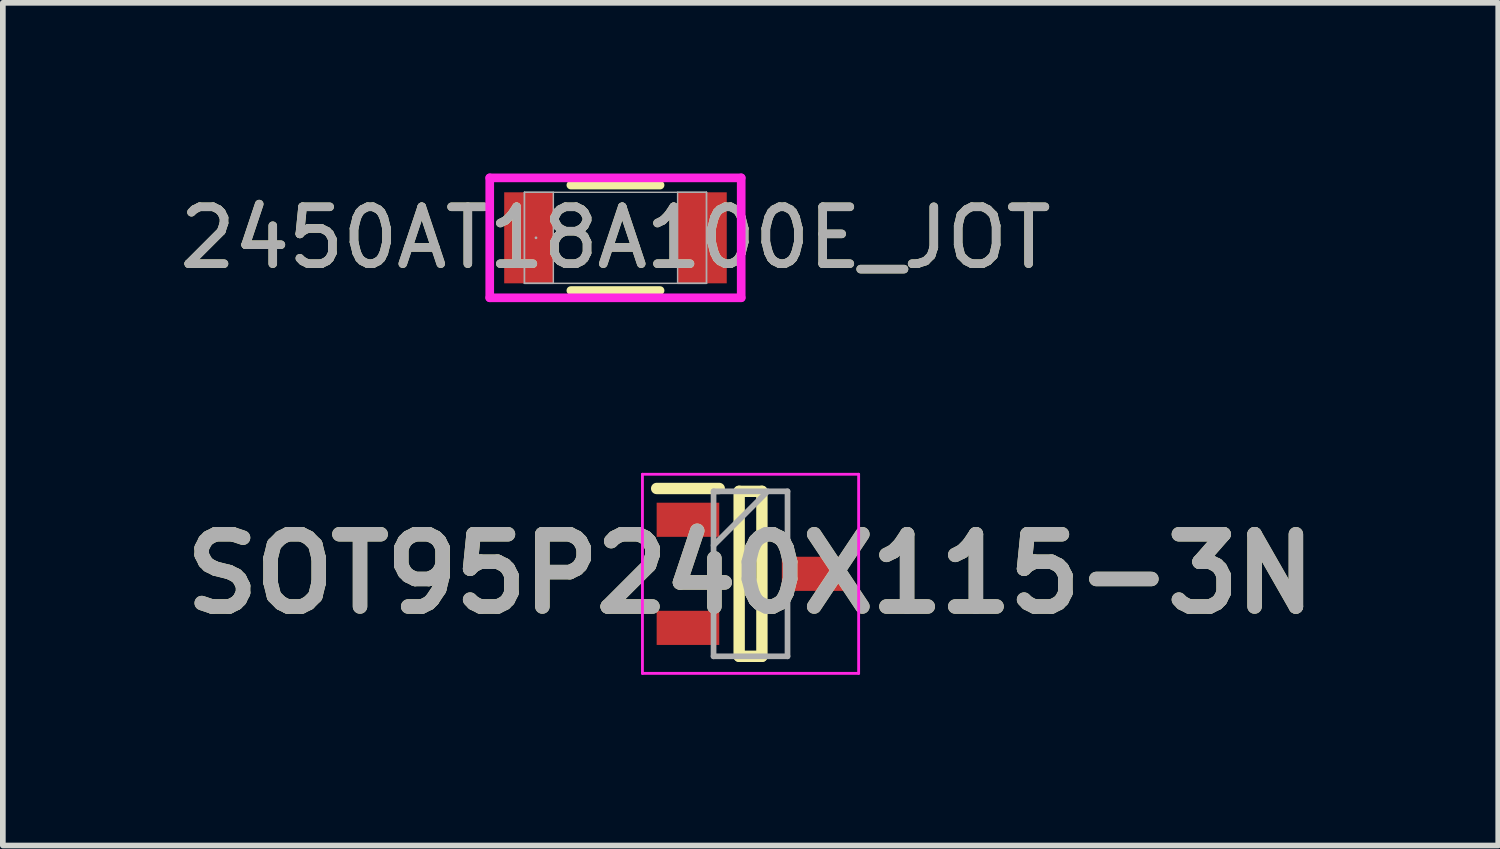
<source format=kicad_pcb>
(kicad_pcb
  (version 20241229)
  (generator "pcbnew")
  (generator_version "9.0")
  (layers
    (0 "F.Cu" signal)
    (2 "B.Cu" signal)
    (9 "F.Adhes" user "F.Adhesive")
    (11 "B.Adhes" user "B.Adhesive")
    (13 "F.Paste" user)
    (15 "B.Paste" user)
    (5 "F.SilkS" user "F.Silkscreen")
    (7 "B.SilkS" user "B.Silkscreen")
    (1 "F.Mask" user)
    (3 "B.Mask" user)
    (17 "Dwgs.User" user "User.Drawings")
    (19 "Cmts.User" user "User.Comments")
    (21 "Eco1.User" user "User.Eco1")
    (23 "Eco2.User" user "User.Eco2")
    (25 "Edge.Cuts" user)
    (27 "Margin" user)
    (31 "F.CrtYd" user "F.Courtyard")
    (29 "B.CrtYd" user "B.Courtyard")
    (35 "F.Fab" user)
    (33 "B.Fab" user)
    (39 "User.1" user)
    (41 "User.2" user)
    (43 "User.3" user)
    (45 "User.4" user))
  (footprint "2450AT18A100E_JOT"
    (layer "F.Cu")
    (at 7.768 1.13)
    (property "Reference" "2450AT18A100E_JOT" (at 0 0 0) (unlocked yes) (layer "F.SilkS") (effects (font (size 1 1) (thickness 0.15))))
    (attr smd)
    (fp_line (start -0.784 0.927) (end 0.784 0.927) (stroke (width 0.152) (type solid)) (layer "F.SilkS"))
    (fp_line (start 0.784 -0.927) (end -0.784 -0.927) (stroke (width 0.152) (type solid)) (layer "F.SilkS"))
    (fp_line (start -2.21 -1.054) (end 2.21 -1.054) (stroke (width 0.152) (type solid)) (layer "F.CrtYd"))
    (fp_line (start -2.21 1.054) (end -2.21 -1.054) (stroke (width 0.152) (type solid)) (layer "F.CrtYd"))
    (fp_line (start 2.21 -1.054) (end 2.21 1.054) (stroke (width 0.152) (type solid)) (layer "F.CrtYd"))
    (fp_line (start 2.21 1.054) (end -2.21 1.054) (stroke (width 0.152) (type solid)) (layer "F.CrtYd"))
    (fp_line (start -1.6 -0.8) (end -1.6 0.8) (stroke (width 0.025) (type solid)) (layer "F.Fab"))
    (fp_line (start -1.6 -0.8) (end -1.6 0.8) (stroke (width 0.025) (type solid)) (layer "F.Fab"))
    (fp_line (start -1.6 0.8) (end -1.092 0.8) (stroke (width 0.025) (type solid)) (layer "F.Fab"))
    (fp_line (start -1.6 0.8) (end 1.6 0.8) (stroke (width 0.025) (type solid)) (layer "F.Fab"))
    (fp_line (start -1.092 -0.8) (end -1.6 -0.8) (stroke (width 0.025) (type solid)) (layer "F.Fab"))
    (fp_line (start -1.092 0.8) (end -1.092 -0.8) (stroke (width 0.025) (type solid)) (layer "F.Fab"))
    (fp_line (start 1.092 -0.8) (end 1.092 0.8) (stroke (width 0.025) (type solid)) (layer "F.Fab"))
    (fp_line (start 1.092 0.8) (end 1.6 0.8) (stroke (width 0.025) (type solid)) (layer "F.Fab"))
    (fp_line (start 1.6 -0.8) (end -1.6 -0.8) (stroke (width 0.025) (type solid)) (layer "F.Fab"))
    (fp_line (start 1.6 -0.8) (end 1.092 -0.8) (stroke (width 0.025) (type solid)) (layer "F.Fab"))
    (fp_line (start 1.6 0.8) (end 1.6 -0.8) (stroke (width 0.025) (type solid)) (layer "F.Fab"))
    (fp_line (start 1.6 0.8) (end 1.6 -0.8) (stroke (width 0.025) (type solid)) (layer "F.Fab"))
    (fp_circle (center -1.397 0) (end -1.397 0) (stroke (width 0.025) (type solid)) (fill no) (layer "F.Fab"))
    (fp_text user "${REFERENCE}" (at 0 0 0) (unlocked yes) (layer "F.Fab") (effects (font (size 1 1) (thickness 0.15))))
    (pad "1" smd rect (at -1.524 0) (size 0.864 1.6) (layers "F.Cu" "F.Mask" "F.Paste"))
    (pad "2" smd rect (at 1.524 0) (size 0.864 1.6) (layers "F.Cu" "F.Mask" "F.Paste"))
    (zone (net_name "") (layer "F.Cu") (hatch full 0.508) (connect_pads) (min_thickness 0.254) (filled_areas_thickness no) (keepout (tracks not_allowed) (vias not_allowed) (pads allowed) (copperpour not_allowed) (footprints allowed)) (placement (enabled no)) (fill) (polygon (pts (xy 6.727 0.381) (xy 8.809 0.381) (xy 8.809 1.88) (xy 6.727 1.88)))))
  (footprint "SOT95P240X115-3N"
    (layer "F.Cu")
    (at 10.142 7.036)
    (property "Reference" "SOT95P240X115-3N" (at 0 0 0) (layer "F.SilkS") (effects (font (size 1.27 1.27) (thickness 0.254))))
    (attr smd)
    (fp_line (start -1.65 -1.5) (end -0.55 -1.5) (stroke (width 0.2) (type solid)) (layer "F.SilkS"))
    (fp_line (start -0.2 -1.45) (end 0.2 -1.45) (stroke (width 0.2) (type solid)) (layer "F.SilkS"))
    (fp_line (start -0.2 1.45) (end -0.2 -1.45) (stroke (width 0.2) (type solid)) (layer "F.SilkS"))
    (fp_line (start 0.2 -1.45) (end 0.2 1.45) (stroke (width 0.2) (type solid)) (layer "F.SilkS"))
    (fp_line (start 0.2 1.45) (end -0.2 1.45) (stroke (width 0.2) (type solid)) (layer "F.SilkS"))
    (fp_line (start -1.9 -1.75) (end 1.9 -1.75) (stroke (width 0.05) (type solid)) (layer "F.CrtYd"))
    (fp_line (start -1.9 1.75) (end -1.9 -1.75) (stroke (width 0.05) (type solid)) (layer "F.CrtYd"))
    (fp_line (start 1.9 -1.75) (end 1.9 1.75) (stroke (width 0.05) (type solid)) (layer "F.CrtYd"))
    (fp_line (start 1.9 1.75) (end -1.9 1.75) (stroke (width 0.05) (type solid)) (layer "F.CrtYd"))
    (fp_line (start -0.65 -1.45) (end 0.65 -1.45) (stroke (width 0.1) (type solid)) (layer "F.Fab"))
    (fp_line (start -0.65 -0.5) (end 0.3 -1.45) (stroke (width 0.1) (type solid)) (layer "F.Fab"))
    (fp_line (start -0.65 1.45) (end -0.65 -1.45) (stroke (width 0.1) (type solid)) (layer "F.Fab"))
    (fp_line (start 0.65 -1.45) (end 0.65 1.45) (stroke (width 0.1) (type solid)) (layer "F.Fab"))
    (fp_line (start 0.65 1.45) (end -0.65 1.45) (stroke (width 0.1) (type solid)) (layer "F.Fab"))
    (fp_text user "${REFERENCE}" (at 0 0 0) (layer "F.Fab") (effects (font (size 1.27 1.27) (thickness 0.254))))
    (pad "1" smd rect (at -1.1 -0.95 90) (size 0.6 1.1) (layers "F.Cu" "F.Mask" "F.Paste"))
    (pad "2" smd rect (at -1.1 0.95 90) (size 0.6 1.1) (layers "F.Cu" "F.Mask" "F.Paste"))
    (pad "3" smd rect (at 1.1 0 90) (size 0.6 1.1) (layers "F.Cu" "F.Mask" "F.Paste")))
  (gr_rect
    (start -3 -3)
    (end 23.284 11.811)
    (stroke (width 0.1) (type default))
    (fill no)
    (layer "Edge.Cuts")))
</source>
